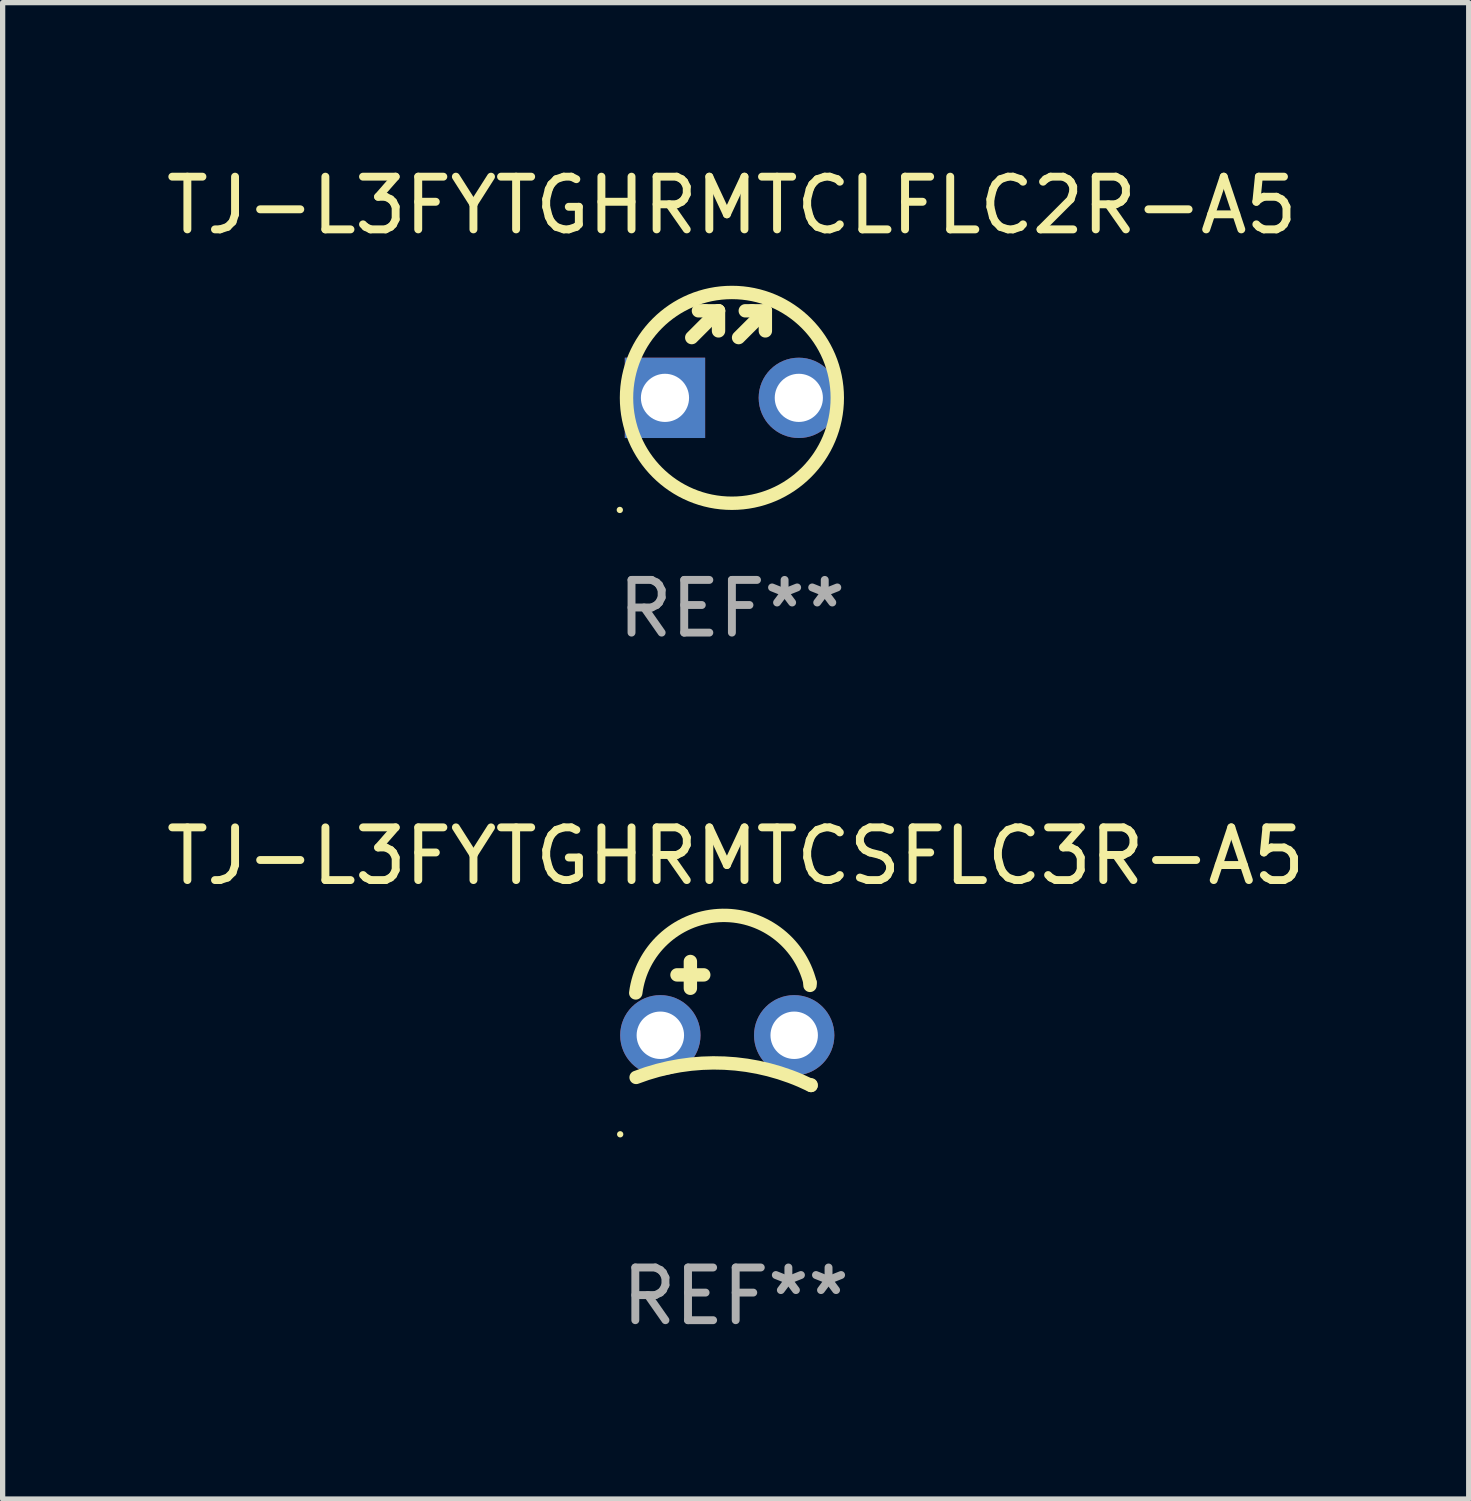
<source format=kicad_pcb>
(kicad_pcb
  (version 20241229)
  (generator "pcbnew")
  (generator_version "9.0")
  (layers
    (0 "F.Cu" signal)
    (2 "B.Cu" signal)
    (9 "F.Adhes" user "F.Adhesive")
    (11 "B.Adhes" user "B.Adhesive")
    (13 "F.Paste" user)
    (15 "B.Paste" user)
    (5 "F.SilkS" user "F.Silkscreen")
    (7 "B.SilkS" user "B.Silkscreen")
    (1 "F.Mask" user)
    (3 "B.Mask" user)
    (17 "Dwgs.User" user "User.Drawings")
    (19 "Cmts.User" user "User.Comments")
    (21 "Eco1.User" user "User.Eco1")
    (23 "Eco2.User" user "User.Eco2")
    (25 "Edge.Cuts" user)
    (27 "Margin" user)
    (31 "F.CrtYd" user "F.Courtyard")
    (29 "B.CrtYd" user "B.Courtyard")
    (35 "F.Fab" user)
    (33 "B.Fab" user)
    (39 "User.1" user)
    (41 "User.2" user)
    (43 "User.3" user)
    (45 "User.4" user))
  (footprint "TJ-L3FYTGHRMTCLFLC2R-A5"
    (layer "F.Cu")
    (at 10.839 3.674)
    (property "Reference" "TJ-L3FYTGHRMTCLFLC2R-A5" (at 0 -2.826 0) (layer "F.SilkS") (effects (font (size 1 1) (thickness 0.15))))
    (attr through_hole)
    (fp_line (start -0.762 -0.318) (end -0.254 -0.826) (stroke (width 0.254) (type solid)) (layer "F.SilkS"))
    (fp_line (start -0.508 -0.826) (end -0.635 -0.826) (stroke (width 0.254) (type solid)) (layer "F.SilkS"))
    (fp_line (start -0.254 -0.826) (end -0.508 -0.826) (stroke (width 0.254) (type solid)) (layer "F.SilkS"))
    (fp_line (start -0.254 -0.826) (end -0.254 -0.445) (stroke (width 0.254) (type solid)) (layer "F.SilkS"))
    (fp_line (start 0.127 -0.318) (end 0.635 -0.826) (stroke (width 0.254) (type solid)) (layer "F.SilkS"))
    (fp_line (start 0.381 -0.826) (end 0.254 -0.826) (stroke (width 0.254) (type solid)) (layer "F.SilkS"))
    (fp_line (start 0.635 -0.826) (end 0.381 -0.826) (stroke (width 0.254) (type solid)) (layer "F.SilkS"))
    (fp_line (start 0.635 -0.826) (end 0.635 -0.445) (stroke (width 0.254) (type solid)) (layer "F.SilkS"))
    (fp_circle (center -2.127 2.953) (end -2.097 2.953) (stroke (width 0.06) (type solid)) (fill no) (layer "F.SilkS"))
    (fp_circle (center 0 0.826) (end 2 0.826) (stroke (width 0.254) (type solid)) (fill no) (layer "F.SilkS"))
    (fp_text user "REF**" (at 0 4.826 0) (layer "F.Fab") (effects (font (size 1 1) (thickness 0.15))))
    (pad "1" thru_hole rect (at -1.27 0.826) (size 1.524 1.524) (drill 0.914) (layers "*.Cu" "*.Mask"))
    (pad "2" thru_hole circle (at 1.27 0.826) (size 1.524 1.524) (drill 0.914) (layers "*.Cu" "*.Mask")))
  (footprint "TJ-L3FYTGHRMTCSFLC3R-A5"
    (layer "F.Cu")
    (at 10.911 16.372)
    (property "Reference" "TJ-L3FYTGHRMTCSFLC3R-A5" (at 0 -3.176 0) (layer "F.SilkS") (effects (font (size 1 1) (thickness 0.15))))
    (attr through_hole)
    (fp_line (start -1.114 -0.922) (end -0.606 -0.922) (stroke (width 0.254) (type solid)) (layer "F.SilkS"))
    (fp_line (start -0.86 -1.176) (end -0.86 -0.668) (stroke (width 0.254) (type solid)) (layer "F.SilkS"))
    (fp_line (start 1.41 -0.776) (end 1.41 -0.723) (stroke (width 0.254) (type solid)) (layer "F.SilkS"))
    (fp_line (start 1.43 1.176) (end 1.43 1.164) (stroke (width 0.254) (type solid)) (layer "F.SilkS"))
    (fp_arc (start -1.896915 -0.579704) (mid -0.324751 -2.048067) (end 1.4103 -0.776302) (stroke (width 0.254001) (type solid)) (layer "F.SilkS"))
    (fp_arc (start -1.8897 1.023698) (mid -0.214006 0.752438) (end 1.429731 1.176302) (stroke (width 0.254001) (type solid)) (layer "F.SilkS"))
    (fp_circle (center -2.192 2.103) (end -2.162 2.103) (stroke (width 0.06) (type solid)) (fill no) (layer "F.SilkS"))
    (fp_text user "REF**" (at 0 5.176 0) (layer "F.Fab") (effects (font (size 1 1) (thickness 0.15))))
    (pad "1" thru_hole circle (at -1.43 0.224) (size 1.524 1.524) (drill 0.9) (layers "*.Cu" "*.Mask"))
    (pad "2" thru_hole circle (at 1.11 0.224) (size 1.524 1.524) (drill 0.9) (layers "*.Cu" "*.Mask")))
  (gr_rect
    (start -3 -3)
    (end 24.821 25.397)
    (stroke (width 0.1) (type default))
    (fill no)
    (layer "Edge.Cuts")))
</source>
